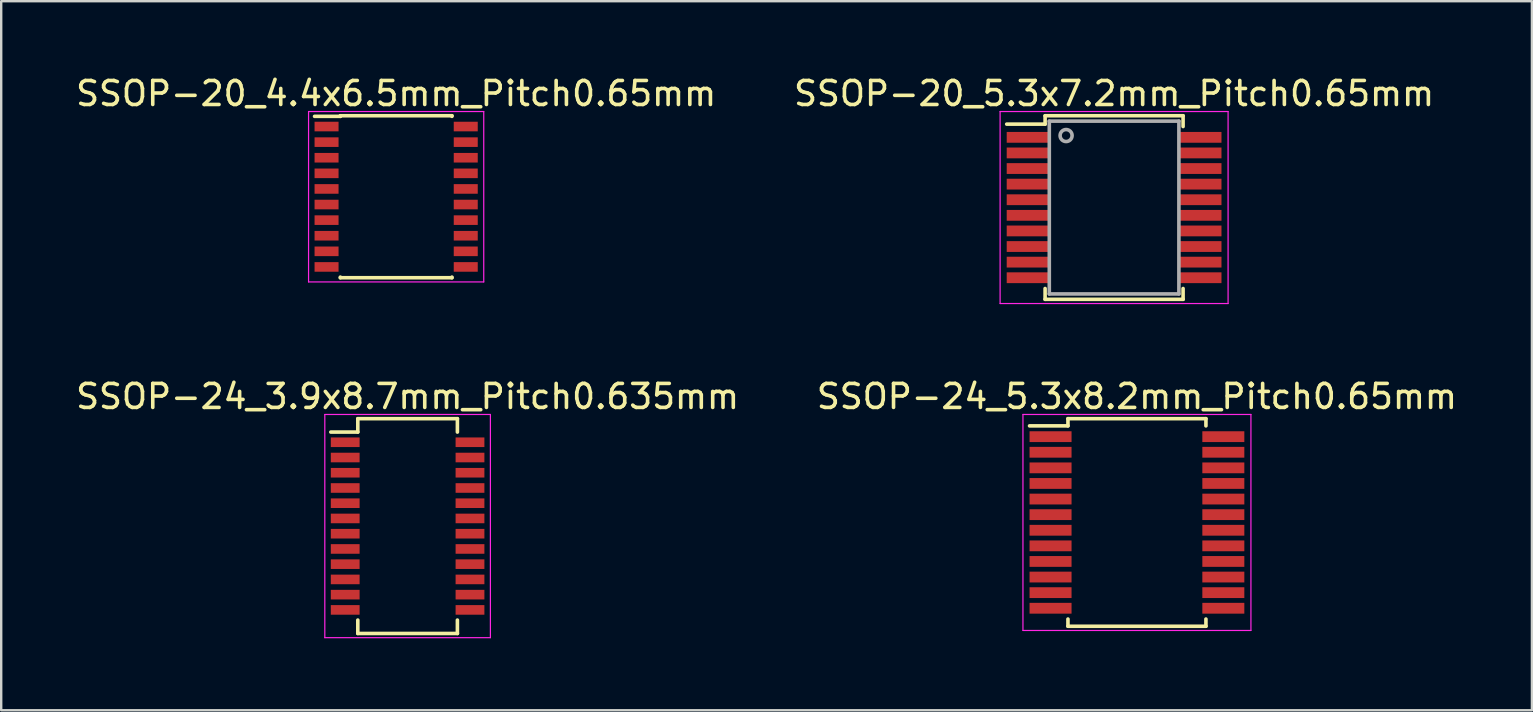
<source format=kicad_pcb>
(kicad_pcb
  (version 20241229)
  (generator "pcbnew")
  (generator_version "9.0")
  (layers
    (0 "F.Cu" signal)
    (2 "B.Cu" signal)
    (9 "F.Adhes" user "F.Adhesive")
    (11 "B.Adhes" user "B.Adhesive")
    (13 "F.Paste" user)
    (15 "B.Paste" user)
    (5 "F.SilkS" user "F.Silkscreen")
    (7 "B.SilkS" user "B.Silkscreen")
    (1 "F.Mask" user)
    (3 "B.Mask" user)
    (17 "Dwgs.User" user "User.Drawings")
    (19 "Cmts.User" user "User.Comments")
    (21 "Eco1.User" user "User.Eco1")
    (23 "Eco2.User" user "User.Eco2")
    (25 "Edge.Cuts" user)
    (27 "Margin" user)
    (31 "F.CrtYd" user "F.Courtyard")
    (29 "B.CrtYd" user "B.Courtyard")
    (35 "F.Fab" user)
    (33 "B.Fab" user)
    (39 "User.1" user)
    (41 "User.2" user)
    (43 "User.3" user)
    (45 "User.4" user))
  (footprint "SSOP-24_3.9x8.7mm_Pitch0.635mm"
    (layer "F.Cu")
    (at 13.935 18.872)
    (property "Reference" "SSOP-24_3.9x8.7mm_Pitch0.635mm" (at 0 -5.4 0) (layer "F.SilkS") (effects (font (size 1 1) (thickness 0.15))))
    (attr smd)
    (fp_line (start -2.075 -4.475) (end -2.075 -3.917) (stroke (width 0.15) (type solid)) (layer "F.SilkS"))
    (fp_line (start -2.075 -4.475) (end 2.075 -4.475) (stroke (width 0.15) (type solid)) (layer "F.SilkS"))
    (fp_line (start -2.075 -3.917) (end -3.2 -3.917) (stroke (width 0.15) (type solid)) (layer "F.SilkS"))
    (fp_line (start -2.075 4.475) (end -2.075 3.917) (stroke (width 0.15) (type solid)) (layer "F.SilkS"))
    (fp_line (start -2.075 4.475) (end 2.075 4.475) (stroke (width 0.15) (type solid)) (layer "F.SilkS"))
    (fp_line (start 2.075 -4.475) (end 2.075 -3.917) (stroke (width 0.15) (type solid)) (layer "F.SilkS"))
    (fp_line (start 2.075 4.475) (end 2.075 3.917) (stroke (width 0.15) (type solid)) (layer "F.SilkS"))
    (fp_line (start -3.45 -4.65) (end -3.45 4.65) (stroke (width 0.05) (type solid)) (layer "F.CrtYd"))
    (fp_line (start -3.45 -4.65) (end 3.45 -4.65) (stroke (width 0.05) (type solid)) (layer "F.CrtYd"))
    (fp_line (start -3.45 4.65) (end 3.45 4.65) (stroke (width 0.05) (type solid)) (layer "F.CrtYd"))
    (fp_line (start 3.45 -4.65) (end 3.45 4.65) (stroke (width 0.05) (type solid)) (layer "F.CrtYd"))
    (pad "1" smd rect (at -2.6 -3.493) (size 1.2 0.4) (layers "F.Cu" "F.Mask" "F.Paste"))
    (pad "2" smd rect (at -2.6 -2.857) (size 1.2 0.4) (layers "F.Cu" "F.Mask" "F.Paste"))
    (pad "3" smd rect (at -2.6 -2.223) (size 1.2 0.4) (layers "F.Cu" "F.Mask" "F.Paste"))
    (pad "4" smd rect (at -2.6 -1.587) (size 1.2 0.4) (layers "F.Cu" "F.Mask" "F.Paste"))
    (pad "5" smd rect (at -2.6 -0.953) (size 1.2 0.4) (layers "F.Cu" "F.Mask" "F.Paste"))
    (pad "6" smd rect (at -2.6 -0.318) (size 1.2 0.4) (layers "F.Cu" "F.Mask" "F.Paste"))
    (pad "7" smd rect (at -2.6 0.318) (size 1.2 0.4) (layers "F.Cu" "F.Mask" "F.Paste"))
    (pad "8" smd rect (at -2.6 0.953) (size 1.2 0.4) (layers "F.Cu" "F.Mask" "F.Paste"))
    (pad "9" smd rect (at -2.6 1.587) (size 1.2 0.4) (layers "F.Cu" "F.Mask" "F.Paste"))
    (pad "10" smd rect (at -2.6 2.223) (size 1.2 0.4) (layers "F.Cu" "F.Mask" "F.Paste"))
    (pad "11" smd rect (at -2.6 2.857) (size 1.2 0.4) (layers "F.Cu" "F.Mask" "F.Paste"))
    (pad "12" smd rect (at -2.6 3.493) (size 1.2 0.4) (layers "F.Cu" "F.Mask" "F.Paste"))
    (pad "13" smd rect (at 2.6 3.493) (size 1.2 0.4) (layers "F.Cu" "F.Mask" "F.Paste"))
    (pad "14" smd rect (at 2.6 2.857) (size 1.2 0.4) (layers "F.Cu" "F.Mask" "F.Paste"))
    (pad "15" smd rect (at 2.6 2.223) (size 1.2 0.4) (layers "F.Cu" "F.Mask" "F.Paste"))
    (pad "16" smd rect (at 2.6 1.587) (size 1.2 0.4) (layers "F.Cu" "F.Mask" "F.Paste"))
    (pad "17" smd rect (at 2.6 0.953) (size 1.2 0.4) (layers "F.Cu" "F.Mask" "F.Paste"))
    (pad "18" smd rect (at 2.6 0.318) (size 1.2 0.4) (layers "F.Cu" "F.Mask" "F.Paste"))
    (pad "19" smd rect (at 2.6 -0.318) (size 1.2 0.4) (layers "F.Cu" "F.Mask" "F.Paste"))
    (pad "20" smd rect (at 2.6 -0.953) (size 1.2 0.4) (layers "F.Cu" "F.Mask" "F.Paste"))
    (pad "21" smd rect (at 2.6 -1.587) (size 1.2 0.4) (layers "F.Cu" "F.Mask" "F.Paste"))
    (pad "22" smd rect (at 2.6 -2.223) (size 1.2 0.4) (layers "F.Cu" "F.Mask" "F.Paste"))
    (pad "23" smd rect (at 2.6 -2.857) (size 1.2 0.4) (layers "F.Cu" "F.Mask" "F.Paste"))
    (pad "24" smd rect (at 2.6 -3.493) (size 1.2 0.4) (layers "F.Cu" "F.Mask" "F.Paste")))
  (footprint "SSOP-20_4.4x6.5mm_Pitch0.65mm"
    (layer "F.Cu")
    (at 13.458 5.148)
    (property "Reference" "SSOP-20_4.4x6.5mm_Pitch0.65mm" (at 0 -4.3 0) (layer "F.SilkS") (effects (font (size 1 1) (thickness 0.15))))
    (attr smd)
    (fp_line (start -2.325 -3.375) (end -2.325 -3.35) (stroke (width 0.15) (type solid)) (layer "F.SilkS"))
    (fp_line (start -2.325 -3.375) (end 2.325 -3.375) (stroke (width 0.15) (type solid)) (layer "F.SilkS"))
    (fp_line (start -2.325 -3.35) (end -3.4 -3.35) (stroke (width 0.15) (type solid)) (layer "F.SilkS"))
    (fp_line (start -2.325 3.375) (end -2.325 3.35) (stroke (width 0.15) (type solid)) (layer "F.SilkS"))
    (fp_line (start -2.325 3.375) (end 2.325 3.375) (stroke (width 0.15) (type solid)) (layer "F.SilkS"))
    (fp_line (start 2.325 -3.375) (end 2.325 -3.35) (stroke (width 0.15) (type solid)) (layer "F.SilkS"))
    (fp_line (start 2.325 3.375) (end 2.325 3.35) (stroke (width 0.15) (type solid)) (layer "F.SilkS"))
    (fp_line (start -3.65 -3.55) (end -3.65 3.55) (stroke (width 0.05) (type solid)) (layer "F.CrtYd"))
    (fp_line (start -3.65 -3.55) (end 3.65 -3.55) (stroke (width 0.05) (type solid)) (layer "F.CrtYd"))
    (fp_line (start -3.65 3.55) (end 3.65 3.55) (stroke (width 0.05) (type solid)) (layer "F.CrtYd"))
    (fp_line (start 3.65 -3.55) (end 3.65 3.55) (stroke (width 0.05) (type solid)) (layer "F.CrtYd"))
    (pad "1" smd rect (at -2.9 -2.925) (size 1 0.4) (layers "F.Cu" "F.Mask" "F.Paste"))
    (pad "2" smd rect (at -2.9 -2.275) (size 1 0.4) (layers "F.Cu" "F.Mask" "F.Paste"))
    (pad "3" smd rect (at -2.9 -1.625) (size 1 0.4) (layers "F.Cu" "F.Mask" "F.Paste"))
    (pad "4" smd rect (at -2.9 -0.975) (size 1 0.4) (layers "F.Cu" "F.Mask" "F.Paste"))
    (pad "5" smd rect (at -2.9 -0.325) (size 1 0.4) (layers "F.Cu" "F.Mask" "F.Paste"))
    (pad "6" smd rect (at -2.9 0.325) (size 1 0.4) (layers "F.Cu" "F.Mask" "F.Paste"))
    (pad "7" smd rect (at -2.9 0.975) (size 1 0.4) (layers "F.Cu" "F.Mask" "F.Paste"))
    (pad "8" smd rect (at -2.9 1.625) (size 1 0.4) (layers "F.Cu" "F.Mask" "F.Paste"))
    (pad "9" smd rect (at -2.9 2.275) (size 1 0.4) (layers "F.Cu" "F.Mask" "F.Paste"))
    (pad "10" smd rect (at -2.9 2.925) (size 1 0.4) (layers "F.Cu" "F.Mask" "F.Paste"))
    (pad "11" smd rect (at 2.9 2.925) (size 1 0.4) (layers "F.Cu" "F.Mask" "F.Paste"))
    (pad "12" smd rect (at 2.9 2.275) (size 1 0.4) (layers "F.Cu" "F.Mask" "F.Paste"))
    (pad "13" smd rect (at 2.9 1.625) (size 1 0.4) (layers "F.Cu" "F.Mask" "F.Paste"))
    (pad "14" smd rect (at 2.9 0.975) (size 1 0.4) (layers "F.Cu" "F.Mask" "F.Paste"))
    (pad "15" smd rect (at 2.9 0.325) (size 1 0.4) (layers "F.Cu" "F.Mask" "F.Paste"))
    (pad "16" smd rect (at 2.9 -0.325) (size 1 0.4) (layers "F.Cu" "F.Mask" "F.Paste"))
    (pad "17" smd rect (at 2.9 -0.975) (size 1 0.4) (layers "F.Cu" "F.Mask" "F.Paste"))
    (pad "18" smd rect (at 2.9 -1.625) (size 1 0.4) (layers "F.Cu" "F.Mask" "F.Paste"))
    (pad "19" smd rect (at 2.9 -2.275) (size 1 0.4) (layers "F.Cu" "F.Mask" "F.Paste"))
    (pad "20" smd rect (at 2.9 -2.925) (size 1 0.4) (layers "F.Cu" "F.Mask" "F.Paste")))
  (footprint "SSOP-24_5.3x8.2mm_Pitch0.65mm"
    (layer "F.Cu")
    (at 44.327 18.721)
    (property "Reference" "SSOP-24_5.3x8.2mm_Pitch0.65mm" (at 0 -5.25 0) (layer "F.SilkS") (effects (font (size 1 1) (thickness 0.15))))
    (attr smd)
    (fp_line (start -2.875 -4.325) (end -2.875 -4.025) (stroke (width 0.15) (type solid)) (layer "F.SilkS"))
    (fp_line (start -2.875 -4.325) (end 2.875 -4.325) (stroke (width 0.15) (type solid)) (layer "F.SilkS"))
    (fp_line (start -2.875 -4.025) (end -4.475 -4.025) (stroke (width 0.15) (type solid)) (layer "F.SilkS"))
    (fp_line (start -2.875 4.325) (end -2.875 4.025) (stroke (width 0.15) (type solid)) (layer "F.SilkS"))
    (fp_line (start -2.875 4.325) (end 2.875 4.325) (stroke (width 0.15) (type solid)) (layer "F.SilkS"))
    (fp_line (start 2.875 -4.325) (end 2.875 -4.025) (stroke (width 0.15) (type solid)) (layer "F.SilkS"))
    (fp_line (start 2.875 4.325) (end 2.875 4.025) (stroke (width 0.15) (type solid)) (layer "F.SilkS"))
    (fp_line (start -4.75 -4.5) (end -4.75 4.5) (stroke (width 0.05) (type solid)) (layer "F.CrtYd"))
    (fp_line (start -4.75 -4.5) (end 4.75 -4.5) (stroke (width 0.05) (type solid)) (layer "F.CrtYd"))
    (fp_line (start -4.75 4.5) (end 4.75 4.5) (stroke (width 0.05) (type solid)) (layer "F.CrtYd"))
    (fp_line (start 4.75 -4.5) (end 4.75 4.5) (stroke (width 0.05) (type solid)) (layer "F.CrtYd"))
    (pad "1" smd rect (at -3.6 -3.575) (size 1.75 0.45) (layers "F.Cu" "F.Mask" "F.Paste"))
    (pad "2" smd rect (at -3.6 -2.925) (size 1.75 0.45) (layers "F.Cu" "F.Mask" "F.Paste"))
    (pad "3" smd rect (at -3.6 -2.275) (size 1.75 0.45) (layers "F.Cu" "F.Mask" "F.Paste"))
    (pad "4" smd rect (at -3.6 -1.625) (size 1.75 0.45) (layers "F.Cu" "F.Mask" "F.Paste"))
    (pad "5" smd rect (at -3.6 -0.975) (size 1.75 0.45) (layers "F.Cu" "F.Mask" "F.Paste"))
    (pad "6" smd rect (at -3.6 -0.325) (size 1.75 0.45) (layers "F.Cu" "F.Mask" "F.Paste"))
    (pad "7" smd rect (at -3.6 0.325) (size 1.75 0.45) (layers "F.Cu" "F.Mask" "F.Paste"))
    (pad "8" smd rect (at -3.6 0.975) (size 1.75 0.45) (layers "F.Cu" "F.Mask" "F.Paste"))
    (pad "9" smd rect (at -3.6 1.625) (size 1.75 0.45) (layers "F.Cu" "F.Mask" "F.Paste"))
    (pad "10" smd rect (at -3.6 2.275) (size 1.75 0.45) (layers "F.Cu" "F.Mask" "F.Paste"))
    (pad "11" smd rect (at -3.6 2.925) (size 1.75 0.45) (layers "F.Cu" "F.Mask" "F.Paste"))
    (pad "12" smd rect (at -3.6 3.575) (size 1.75 0.45) (layers "F.Cu" "F.Mask" "F.Paste"))
    (pad "13" smd rect (at 3.6 3.575) (size 1.75 0.45) (layers "F.Cu" "F.Mask" "F.Paste"))
    (pad "14" smd rect (at 3.6 2.925) (size 1.75 0.45) (layers "F.Cu" "F.Mask" "F.Paste"))
    (pad "15" smd rect (at 3.6 2.275) (size 1.75 0.45) (layers "F.Cu" "F.Mask" "F.Paste"))
    (pad "16" smd rect (at 3.6 1.625) (size 1.75 0.45) (layers "F.Cu" "F.Mask" "F.Paste"))
    (pad "17" smd rect (at 3.6 0.975) (size 1.75 0.45) (layers "F.Cu" "F.Mask" "F.Paste"))
    (pad "18" smd rect (at 3.6 0.325) (size 1.75 0.45) (layers "F.Cu" "F.Mask" "F.Paste"))
    (pad "19" smd rect (at 3.6 -0.325) (size 1.75 0.45) (layers "F.Cu" "F.Mask" "F.Paste"))
    (pad "20" smd rect (at 3.6 -0.975) (size 1.75 0.45) (layers "F.Cu" "F.Mask" "F.Paste"))
    (pad "21" smd rect (at 3.6 -1.625) (size 1.75 0.45) (layers "F.Cu" "F.Mask" "F.Paste"))
    (pad "22" smd rect (at 3.6 -2.275) (size 1.75 0.45) (layers "F.Cu" "F.Mask" "F.Paste"))
    (pad "23" smd rect (at 3.6 -2.925) (size 1.75 0.45) (layers "F.Cu" "F.Mask" "F.Paste"))
    (pad "24" smd rect (at 3.6 -3.575) (size 1.75 0.45) (layers "F.Cu" "F.Mask" "F.Paste")))
  (footprint "SSOP-20_5.3x7.2mm_Pitch0.65mm"
    (layer "F.Cu")
    (at 43.375 5.598)
    (property "Reference" "SSOP-20_5.3x7.2mm_Pitch0.65mm" (at 0 -4.75 0) (layer "F.SilkS") (effects (font (size 1 1) (thickness 0.15))))
    (attr smd)
    (fp_line (start -2.875 -3.825) (end -2.875 -3.475) (stroke (width 0.15) (type solid)) (layer "F.SilkS"))
    (fp_line (start -2.875 -3.825) (end 2.875 -3.825) (stroke (width 0.15) (type solid)) (layer "F.SilkS"))
    (fp_line (start -2.875 -3.475) (end -4.475 -3.475) (stroke (width 0.15) (type solid)) (layer "F.SilkS"))
    (fp_line (start -2.875 3.825) (end -2.875 3.375) (stroke (width 0.15) (type solid)) (layer "F.SilkS"))
    (fp_line (start -2.875 3.825) (end 2.875 3.825) (stroke (width 0.15) (type solid)) (layer "F.SilkS"))
    (fp_line (start 2.875 -3.825) (end 2.875 -3.375) (stroke (width 0.15) (type solid)) (layer "F.SilkS"))
    (fp_line (start 2.875 3.825) (end 2.875 3.375) (stroke (width 0.15) (type solid)) (layer "F.SilkS"))
    (fp_line (start -4.75 -4) (end -4.75 4) (stroke (width 0.05) (type solid)) (layer "F.CrtYd"))
    (fp_line (start -4.75 -4) (end 4.75 -4) (stroke (width 0.05) (type solid)) (layer "F.CrtYd"))
    (fp_line (start -4.75 4) (end 4.75 4) (stroke (width 0.05) (type solid)) (layer "F.CrtYd"))
    (fp_line (start 4.75 -4) (end 4.75 4) (stroke (width 0.05) (type solid)) (layer "F.CrtYd"))
    (fp_line (start -2.7 -3.6) (end 2.7 -3.6) (stroke (width 0.15) (type solid)) (layer "F.Fab"))
    (fp_line (start -2.7 3.6) (end -2.7 -3.6) (stroke (width 0.15) (type solid)) (layer "F.Fab"))
    (fp_line (start 2.7 -3.6) (end 2.7 3.6) (stroke (width 0.15) (type solid)) (layer "F.Fab"))
    (fp_line (start 2.7 3.6) (end -2.7 3.6) (stroke (width 0.15) (type solid)) (layer "F.Fab"))
    (fp_circle (center -2 -3) (end -2.25 -3) (stroke (width 0.15) (type solid)) (fill no) (layer "F.Fab"))
    (pad "1" smd rect (at -3.6 -2.925) (size 1.75 0.45) (layers "F.Cu" "F.Mask" "F.Paste"))
    (pad "2" smd rect (at -3.6 -2.275) (size 1.75 0.45) (layers "F.Cu" "F.Mask" "F.Paste"))
    (pad "3" smd rect (at -3.6 -1.625) (size 1.75 0.45) (layers "F.Cu" "F.Mask" "F.Paste"))
    (pad "4" smd rect (at -3.6 -0.975) (size 1.75 0.45) (layers "F.Cu" "F.Mask" "F.Paste"))
    (pad "5" smd rect (at -3.6 -0.325) (size 1.75 0.45) (layers "F.Cu" "F.Mask" "F.Paste"))
    (pad "6" smd rect (at -3.6 0.325) (size 1.75 0.45) (layers "F.Cu" "F.Mask" "F.Paste"))
    (pad "7" smd rect (at -3.6 0.975) (size 1.75 0.45) (layers "F.Cu" "F.Mask" "F.Paste"))
    (pad "8" smd rect (at -3.6 1.625) (size 1.75 0.45) (layers "F.Cu" "F.Mask" "F.Paste"))
    (pad "9" smd rect (at -3.6 2.275) (size 1.75 0.45) (layers "F.Cu" "F.Mask" "F.Paste"))
    (pad "10" smd rect (at -3.6 2.925) (size 1.75 0.45) (layers "F.Cu" "F.Mask" "F.Paste"))
    (pad "11" smd rect (at 3.6 2.925) (size 1.75 0.45) (layers "F.Cu" "F.Mask" "F.Paste"))
    (pad "12" smd rect (at 3.6 2.275) (size 1.75 0.45) (layers "F.Cu" "F.Mask" "F.Paste"))
    (pad "13" smd rect (at 3.6 1.625) (size 1.75 0.45) (layers "F.Cu" "F.Mask" "F.Paste"))
    (pad "14" smd rect (at 3.6 0.975) (size 1.75 0.45) (layers "F.Cu" "F.Mask" "F.Paste"))
    (pad "15" smd rect (at 3.6 0.325) (size 1.75 0.45) (layers "F.Cu" "F.Mask" "F.Paste"))
    (pad "16" smd rect (at 3.6 -0.325) (size 1.75 0.45) (layers "F.Cu" "F.Mask" "F.Paste"))
    (pad "17" smd rect (at 3.6 -0.975) (size 1.75 0.45) (layers "F.Cu" "F.Mask" "F.Paste"))
    (pad "18" smd rect (at 3.6 -1.625) (size 1.75 0.45) (layers "F.Cu" "F.Mask" "F.Paste"))
    (pad "19" smd rect (at 3.6 -2.275) (size 1.75 0.45) (layers "F.Cu" "F.Mask" "F.Paste"))
    (pad "20" smd rect (at 3.6 -2.925) (size 1.75 0.45) (layers "F.Cu" "F.Mask" "F.Paste")))
  (gr_rect
    (start -3 -3)
    (end 60.786 26.547)
    (stroke (width 0.1) (type default))
    (fill no)
    (layer "Edge.Cuts")))
</source>
